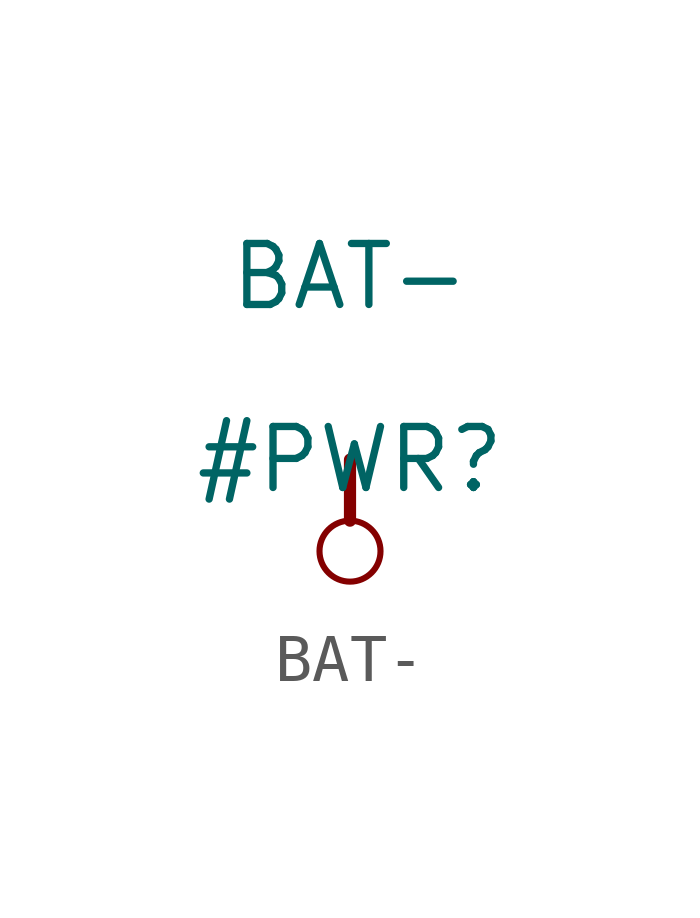
<source format=kicad_sym>
(kicad_symbol_lib
  (version 20220914)
  (generator kicad_symbol_editor)
  (symbol "BAT-"
    (power)
    (property "Reference" "#PWR"
      (at 0 0 0)
      (effects (font (size 1.27 1.27))))
    (property "Value" "BAT-"
      (at 0 3.81 0)
      (effects (font (size 1.27 1.27))))
    (symbol "BAT-_0_0"
      (circle (center 0 -1.905) (radius 0.635) (stroke (width 0.127) (type solid)) (fill (type none)))
      (polyline (pts (xy 0 0) (xy 0 -1.27)) (stroke (width 0.254) (type solid)) (fill (type none)))
      (pin power_in line (at 0 0 0) (length 0) hide (name "BAT-" (effects (font (size 1.27 1.27)))) (number "" (effects (font (size 1.27 1.27))))))))
</source>
